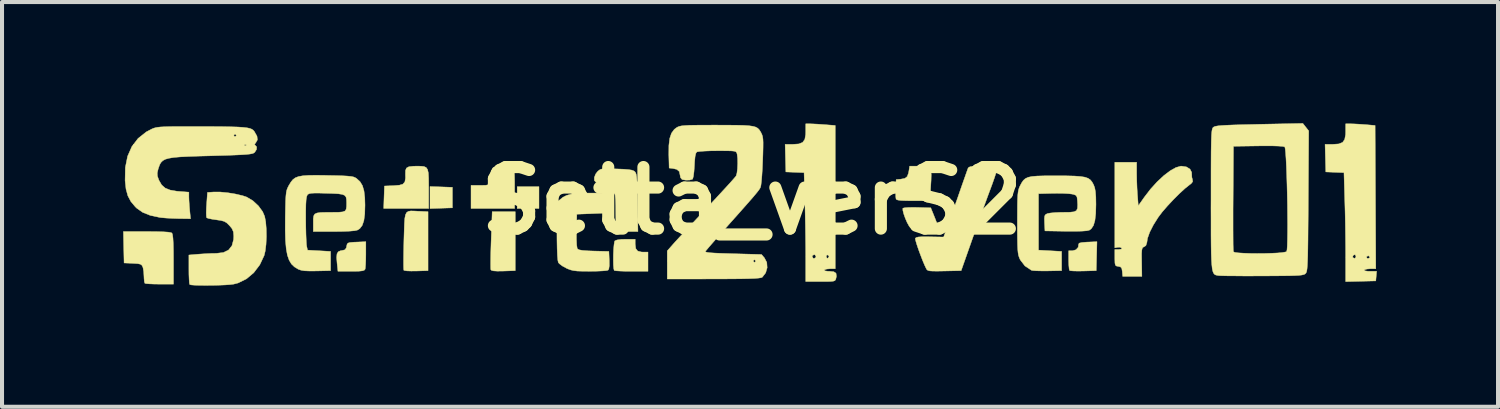
<source format=kicad_pcb>
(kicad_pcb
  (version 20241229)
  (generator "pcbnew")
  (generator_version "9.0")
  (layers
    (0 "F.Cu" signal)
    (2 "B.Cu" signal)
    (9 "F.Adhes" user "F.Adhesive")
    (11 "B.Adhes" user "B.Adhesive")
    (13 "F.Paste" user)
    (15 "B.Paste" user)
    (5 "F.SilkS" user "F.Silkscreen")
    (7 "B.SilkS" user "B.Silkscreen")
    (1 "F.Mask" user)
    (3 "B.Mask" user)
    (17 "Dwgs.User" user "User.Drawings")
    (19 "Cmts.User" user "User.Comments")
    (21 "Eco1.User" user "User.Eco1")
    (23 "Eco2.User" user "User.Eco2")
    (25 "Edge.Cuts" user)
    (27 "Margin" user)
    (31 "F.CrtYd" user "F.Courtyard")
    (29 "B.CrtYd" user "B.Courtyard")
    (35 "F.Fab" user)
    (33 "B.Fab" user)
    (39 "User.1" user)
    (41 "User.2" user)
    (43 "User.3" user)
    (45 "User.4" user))
  (footprint "Setta_verS2"
    (layer "F.Cu")
    (at 15.564 1.92)
    (property "Reference" "Setta_verS2" (at 0 0 0) (layer "F.SilkS") (effects (font (size 1.524 1.524) (thickness 0.3))))
    (attr through_hole)
    (fp_poly (pts (xy -5.271 0.191) (xy -5.81 0.191) (xy -5.81 -0.349) (xy -5.271 -0.349) (xy -5.271 0.191)) (stroke (width 0.01) (type solid)) (fill yes) (layer "F.SilkS"))
    (fp_poly (pts (xy -7.691 -0.343) (xy -7.414 -0.333) (xy -7.414 0.175) (xy -7.691 0.184) (xy -7.969 0.193) (xy -7.969 -0.352) (xy -7.691 -0.343)) (stroke (width 0.01) (type solid)) (fill yes) (layer "F.SilkS"))
    (fp_poly (pts (xy -5.858 1.73) (xy -6.152 1.74) (xy -6.301 1.742) (xy -6.396 1.736) (xy -6.447 1.723) (xy -6.463 1.706) (xy -6.466 1.663) (xy -6.467 1.567) (xy -6.466 1.426) (xy -6.463 1.252) (xy -6.457 1.053) (xy -6.454 0.967) (xy -6.429 0.27) (xy -5.858 0.27) (xy -5.858 1.73)) (stroke (width 0.01) (type solid)) (fill yes) (layer "F.SilkS"))
    (fp_poly (pts (xy 8.534 1.372) (xy 8.525 1.73) (xy 8.206 1.739) (xy 8.069 1.741) (xy 7.957 1.738) (xy 7.884 1.732) (xy 7.864 1.726) (xy 7.854 1.686) (xy 7.846 1.599) (xy 7.842 1.485) (xy 7.842 1.471) (xy 7.842 1.238) (xy 7.936 1.238) (xy 8.023 1.213) (xy 8.079 1.151) (xy 8.089 1.073) (xy 8.104 1.049) (xy 8.166 1.034) (xy 8.282 1.024) (xy 8.312 1.023) (xy 8.543 1.013) (xy 8.534 1.372)) (stroke (width 0.01) (type solid)) (fill yes) (layer "F.SilkS"))
    (fp_poly (pts (xy -8.198 -0.856) (xy -8.118 -0.848) (xy -8.063 -0.823) (xy -8.029 -0.773) (xy -8.01 -0.69) (xy -8.003 -0.563) (xy -8.001 -0.386) (xy -8.001 0.191) (xy -9.115 0.191) (xy -9.106 -0.087) (xy -9.096 -0.365) (xy -8.867 -0.374) (xy -8.726 -0.386) (xy -8.638 -0.414) (xy -8.591 -0.469) (xy -8.575 -0.562) (xy -8.577 -0.654) (xy -8.575 -0.751) (xy -8.55 -0.811) (xy -8.49 -0.843) (xy -8.383 -0.855) (xy -8.308 -0.857) (xy -8.198 -0.856)) (stroke (width 0.01) (type solid)) (fill yes) (layer "F.SilkS"))
    (fp_poly (pts (xy -8.361 0.254) (xy -8.251 0.26) (xy -8.238 0.26) (xy -8.017 0.27) (xy -8.017 1.73) (xy -8.308 1.739) (xy -8.438 1.74) (xy -8.542 1.736) (xy -8.605 1.726) (xy -8.617 1.72) (xy -8.621 1.681) (xy -8.623 1.588) (xy -8.623 1.45) (xy -8.621 1.278) (xy -8.617 1.081) (xy -8.615 0.987) (xy -8.608 0.751) (xy -8.602 0.571) (xy -8.593 0.439) (xy -8.576 0.349) (xy -8.549 0.293) (xy -8.506 0.263) (xy -8.445 0.252) (xy -8.361 0.254)) (stroke (width 0.01) (type solid)) (fill yes) (layer "F.SilkS"))
    (fp_poly (pts (xy -6.042 -0.856) (xy -5.952 -0.846) (xy -5.924 -0.838) (xy -5.905 -0.823) (xy -5.891 -0.787) (xy -5.882 -0.723) (xy -5.877 -0.62) (xy -5.874 -0.471) (xy -5.874 -0.314) (xy -5.874 0.191) (xy -6.953 0.191) (xy -6.953 -0.381) (xy -6.719 -0.381) (xy -6.587 -0.384) (xy -6.506 -0.4) (xy -6.464 -0.44) (xy -6.448 -0.516) (xy -6.445 -0.631) (xy -6.438 -0.729) (xy -6.418 -0.801) (xy -6.407 -0.819) (xy -6.357 -0.838) (xy -6.266 -0.851) (xy -6.153 -0.857) (xy -6.042 -0.856)) (stroke (width 0.01) (type solid)) (fill yes) (layer "F.SilkS"))
    (fp_poly (pts (xy 4.098 0.166) (xy 4.429 0.175) (xy 4.523 0.407) (xy 4.569 0.525) (xy 4.588 0.606) (xy 4.574 0.657) (xy 4.518 0.684) (xy 4.415 0.695) (xy 4.256 0.698) (xy 4.231 0.698) (xy 4.092 0.697) (xy 4.002 0.691) (xy 3.947 0.678) (xy 3.913 0.655) (xy 3.892 0.627) (xy 3.843 0.538) (xy 3.797 0.432) (xy 3.76 0.327) (xy 3.738 0.24) (xy 3.737 0.189) (xy 3.74 0.184) (xy 3.782 0.174) (xy 3.872 0.167) (xy 3.997 0.164) (xy 4.098 0.166)) (stroke (width 0.01) (type solid)) (fill yes) (layer "F.SilkS"))
    (fp_poly (pts (xy -2.889 1.073) (xy -2.875 1.183) (xy -2.827 1.245) (xy -2.733 1.269) (xy -2.692 1.27) (xy -2.572 1.27) (xy -2.572 1.746) (xy -2.979 1.746) (xy -3.134 1.745) (xy -3.265 1.74) (xy -3.36 1.734) (xy -3.406 1.726) (xy -3.408 1.725) (xy -3.42 1.681) (xy -3.428 1.59) (xy -3.43 1.469) (xy -3.429 1.334) (xy -3.423 1.202) (xy -3.413 1.09) (xy -3.401 1.013) (xy -3.391 0.991) (xy -3.338 0.97) (xy -3.237 0.956) (xy -3.121 0.953) (xy -2.889 0.953) (xy -2.889 1.073)) (stroke (width 0.01) (type solid)) (fill yes) (layer "F.SilkS"))
    (fp_poly (pts (xy 4.251 -0.855) (xy 4.341 -0.843) (xy 4.399 -0.81) (xy 4.43 -0.748) (xy 4.44 -0.647) (xy 4.436 -0.498) (xy 4.429 -0.387) (xy 4.406 0) (xy 3.996 0) (xy 3.817 -0.002) (xy 3.693 -0.007) (xy 3.616 -0.017) (xy 3.577 -0.032) (xy 3.569 -0.043) (xy 3.562 -0.095) (xy 3.56 -0.189) (xy 3.562 -0.305) (xy 3.572 -0.524) (xy 3.683 -0.534) (xy 3.786 -0.554) (xy 3.845 -0.599) (xy 3.877 -0.685) (xy 3.886 -0.731) (xy 3.906 -0.857) (xy 4.122 -0.857) (xy 4.251 -0.855)) (stroke (width 0.01) (type solid)) (fill yes) (layer "F.SilkS"))
    (fp_poly (pts (xy -9.557 1.33) (xy -9.559 1.47) (xy -9.564 1.589) (xy -9.571 1.671) (xy -9.576 1.696) (xy -9.596 1.719) (xy -9.64 1.734) (xy -9.722 1.743) (xy -9.85 1.746) (xy -9.922 1.746) (xy -10.248 1.746) (xy -10.269 1.547) (xy -10.28 1.405) (xy -10.271 1.313) (xy -10.239 1.261) (xy -10.18 1.236) (xy -10.149 1.232) (xy -10.076 1.214) (xy -10.042 1.167) (xy -10.033 1.127) (xy -10.022 1.078) (xy -10.001 1.049) (xy -9.954 1.034) (xy -9.867 1.026) (xy -9.787 1.023) (xy -9.557 1.013) (xy -9.557 1.33)) (stroke (width 0.01) (type solid)) (fill yes) (layer "F.SilkS"))
    (fp_poly (pts (xy -14.743 0.764) (xy -14.568 0.769) (xy -14.447 0.777) (xy -14.377 0.79) (xy -14.357 0.8) (xy -14.343 0.839) (xy -14.332 0.924) (xy -14.324 1.06) (xy -14.32 1.252) (xy -14.319 1.451) (xy -14.319 2.064) (xy -14.663 2.064) (xy -14.805 2.062) (xy -14.923 2.057) (xy -15.002 2.05) (xy -15.028 2.043) (xy -15.041 2.001) (xy -15.048 1.919) (xy -15.05 1.87) (xy -15.056 1.76) (xy -15.072 1.664) (xy -15.08 1.639) (xy -15.102 1.596) (xy -15.137 1.571) (xy -15.203 1.557) (xy -15.314 1.55) (xy -15.326 1.549) (xy -15.542 1.54) (xy -15.551 1.151) (xy -15.559 0.762) (xy -14.977 0.762) (xy -14.743 0.764)) (stroke (width 0.01) (type solid)) (fill yes) (layer "F.SilkS"))
    (fp_poly (pts (xy -3.515 -0.793) (xy -3.351 -0.788) (xy -3.347 -0.788) (xy -3.173 -0.781) (xy -3.052 -0.771) (xy -2.971 -0.758) (xy -2.921 -0.738) (xy -2.897 -0.72) (xy -2.879 -0.695) (xy -2.865 -0.657) (xy -2.854 -0.598) (xy -2.846 -0.508) (xy -2.84 -0.381) (xy -2.836 -0.207) (xy -2.832 0.022) (xy -2.832 0.049) (xy -2.821 0.762) (xy -3.365 0.762) (xy -3.369 0.325) (xy -3.371 0.119) (xy -3.376 -0.034) (xy -3.386 -0.14) (xy -3.407 -0.21) (xy -3.439 -0.251) (xy -3.488 -0.273) (xy -3.555 -0.285) (xy -3.593 -0.289) (xy -3.727 -0.309) (xy -3.805 -0.334) (xy -3.834 -0.368) (xy -3.83 -0.397) (xy -3.84 -0.443) (xy -3.86 -0.457) (xy -3.899 -0.501) (xy -3.901 -0.575) (xy -3.869 -0.66) (xy -3.824 -0.72) (xy -3.787 -0.753) (xy -3.751 -0.776) (xy -3.702 -0.789) (xy -3.627 -0.794) (xy -3.515 -0.793)) (stroke (width 0.01) (type solid)) (fill yes) (layer "F.SilkS"))
    (fp_poly (pts (xy -3.563 0.056) (xy -3.572 0.302) (xy -4.334 0.333) (xy -4.343 0.742) (xy -4.344 0.946) (xy -4.338 1.091) (xy -4.325 1.175) (xy -4.316 1.193) (xy -4.275 1.215) (xy -4.188 1.23) (xy -4.05 1.24) (xy -3.91 1.245) (xy -3.54 1.254) (xy -3.531 1.474) (xy -3.53 1.609) (xy -3.542 1.69) (xy -3.562 1.719) (xy -3.608 1.729) (xy -3.704 1.737) (xy -3.837 1.743) (xy -3.993 1.745) (xy -4.016 1.745) (xy -4.192 1.744) (xy -4.32 1.74) (xy -4.414 1.729) (xy -4.489 1.711) (xy -4.561 1.684) (xy -4.593 1.669) (xy -4.69 1.616) (xy -4.765 1.56) (xy -4.792 1.529) (xy -4.804 1.473) (xy -4.814 1.358) (xy -4.821 1.188) (xy -4.825 0.969) (xy -4.826 0.754) (xy -4.826 0.524) (xy -4.825 0.348) (xy -4.822 0.22) (xy -4.817 0.129) (xy -4.808 0.068) (xy -4.795 0.028) (xy -4.778 -0.000163) (xy -4.755 -0.024) (xy -4.754 -0.025) (xy -4.677 -0.087) (xy -4.589 -0.132) (xy -4.481 -0.163) (xy -4.34 -0.181) (xy -4.155 -0.189) (xy -4 -0.191) (xy -3.553 -0.191) (xy -3.563 0.056)) (stroke (width 0.01) (type solid)) (fill yes) (layer "F.SilkS"))
    (fp_poly (pts (xy 5.858 -0.855) (xy 5.975 -0.848) (xy 6.053 -0.838) (xy 6.078 -0.828) (xy 6.074 -0.791) (xy 6.049 -0.704) (xy 6.008 -0.578) (xy 5.954 -0.424) (xy 5.901 -0.281) (xy 5.831 -0.093) (xy 5.747 0.137) (xy 5.655 0.392) (xy 5.561 0.655) (xy 5.471 0.907) (xy 5.444 0.984) (xy 5.181 1.73) (xy 4.767 1.739) (xy 4.596 1.742) (xy 4.478 1.741) (xy 4.402 1.736) (xy 4.357 1.724) (xy 4.332 1.705) (xy 4.322 1.69) (xy 4.279 1.601) (xy 4.229 1.483) (xy 4.177 1.348) (xy 4.127 1.213) (xy 4.085 1.089) (xy 4.056 0.992) (xy 4.045 0.936) (xy 4.046 0.93) (xy 4.068 0.91) (xy 4.12 0.897) (xy 4.213 0.891) (xy 4.357 0.891) (xy 4.405 0.892) (xy 4.747 0.898) (xy 4.85 0.615) (xy 4.896 0.488) (xy 4.956 0.318) (xy 5.025 0.122) (xy 5.097 -0.081) (xy 5.14 -0.206) (xy 5.202 -0.384) (xy 5.258 -0.543) (xy 5.304 -0.673) (xy 5.336 -0.764) (xy 5.35 -0.802) (xy 5.368 -0.827) (xy 5.405 -0.843) (xy 5.472 -0.852) (xy 5.581 -0.856) (xy 5.717 -0.857) (xy 5.858 -0.855)) (stroke (width 0.01) (type solid)) (fill yes) (layer "F.SilkS"))
    (fp_poly (pts (xy 14.916 -1.902) (xy 15.045 -1.895) (xy 15.183 -1.885) (xy 15.187 -1.885) (xy 15.429 -1.864) (xy 15.446 1.683) (xy 15.313 1.683) (xy 15.226 1.69) (xy 15.169 1.707) (xy 15.161 1.714) (xy 15.176 1.734) (xy 15.247 1.745) (xy 15.304 1.746) (xy 15.466 1.746) (xy 15.456 1.865) (xy 15.446 1.984) (xy 15.073 1.993) (xy 14.7 2.002) (xy 14.7 1.395) (xy 14.873 1.395) (xy 14.881 1.408) (xy 14.927 1.428) (xy 14.953 1.395) (xy 15.214 1.395) (xy 15.23 1.424) (xy 15.256 1.429) (xy 15.295 1.413) (xy 15.297 1.395) (xy 15.265 1.362) (xy 15.256 1.36) (xy 15.219 1.385) (xy 15.214 1.395) (xy 14.953 1.395) (xy 14.953 1.394) (xy 14.954 1.381) (xy 14.938 1.339) (xy 14.924 1.333) (xy 14.883 1.355) (xy 14.873 1.395) (xy 14.7 1.395) (xy 14.7 1.371) (xy 14.699 1.134) (xy 14.696 0.856) (xy 14.692 0.561) (xy 14.686 0.272) (xy 14.679 0.022) (xy 14.658 -0.696) (xy 14.433 -0.705) (xy 14.208 -0.714) (xy 14.199 -1.056) (xy 14.19 -1.397) (xy 14.382 -1.397) (xy 14.528 -1.407) (xy 14.623 -1.445) (xy 14.676 -1.519) (xy 14.698 -1.64) (xy 14.7 -1.714) (xy 14.7 -1.905) (xy 14.822 -1.905) (xy 14.916 -1.902)) (stroke (width 0.01) (type solid)) (fill yes) (layer "F.SilkS"))
    (fp_poly (pts (xy -13.157 -0.216) (xy -12.967 -0.197) (xy -12.774 -0.165) (xy -12.602 -0.124) (xy -12.502 -0.089) (xy -12.353 0.000109) (xy -12.217 0.126) (xy -12.112 0.27) (xy -12.062 0.386) (xy -12.036 0.523) (xy -12.022 0.699) (xy -12.019 0.891) (xy -12.028 1.08) (xy -12.048 1.245) (xy -12.074 1.354) (xy -12.183 1.586) (xy -12.332 1.782) (xy -12.513 1.934) (xy -12.718 2.035) (xy -12.829 2.064) (xy -12.915 2.075) (xy -13.04 2.084) (xy -13.191 2.09) (xy -13.356 2.094) (xy -13.52 2.095) (xy -13.671 2.094) (xy -13.796 2.09) (xy -13.883 2.083) (xy -13.917 2.074) (xy -13.926 2.036) (xy -13.932 1.948) (xy -13.937 1.823) (xy -13.938 1.698) (xy -13.938 1.343) (xy -13.695 1.322) (xy -13.542 1.312) (xy -13.381 1.304) (xy -13.258 1.302) (xy -13.082 1.281) (xy -12.954 1.218) (xy -12.871 1.111) (xy -12.831 0.958) (xy -12.827 0.874) (xy -12.836 0.77) (xy -12.871 0.689) (xy -12.933 0.614) (xy -12.998 0.55) (xy -13.061 0.511) (xy -13.146 0.488) (xy -13.256 0.472) (xy -13.369 0.455) (xy -13.455 0.437) (xy -13.497 0.421) (xy -13.497 0.421) (xy -13.505 0.381) (xy -13.508 0.292) (xy -13.504 0.171) (xy -13.499 0.095) (xy -13.478 -0.206) (xy -13.319 -0.217) (xy -13.157 -0.216)) (stroke (width 0.01) (type solid)) (fill yes) (layer "F.SilkS"))
    (fp_poly (pts (xy 9.525 -0.675) (xy 9.528 -0.503) (xy 9.535 -0.313) (xy 9.545 -0.145) (xy 9.546 -0.136) (xy 9.566 0.124) (xy 9.716 -0.089) (xy 9.869 -0.288) (xy 10.032 -0.468) (xy 10.197 -0.622) (xy 10.355 -0.742) (xy 10.498 -0.823) (xy 10.619 -0.857) (xy 10.635 -0.857) (xy 10.759 -0.838) (xy 10.846 -0.784) (xy 10.887 -0.704) (xy 10.888 -0.671) (xy 10.892 -0.582) (xy 10.907 -0.526) (xy 10.913 -0.474) (xy 10.874 -0.424) (xy 10.84 -0.399) (xy 10.725 -0.307) (xy 10.585 -0.179) (xy 10.435 -0.029) (xy 10.288 0.128) (xy 10.158 0.278) (xy 10.061 0.406) (xy 9.94 0.598) (xy 9.849 0.777) (xy 9.794 0.931) (xy 9.779 1.033) (xy 9.754 1.11) (xy 9.712 1.138) (xy 9.682 1.153) (xy 9.663 1.179) (xy 9.653 1.228) (xy 9.648 1.311) (xy 9.649 1.441) (xy 9.65 1.518) (xy 9.655 1.873) (xy 9.18 1.873) (xy 9.17 1.754) (xy 9.157 1.674) (xy 9.125 1.637) (xy 9.073 1.625) (xy 9.025 1.616) (xy 8.999 1.594) (xy 8.988 1.543) (xy 8.985 1.448) (xy 8.985 1.411) (xy 8.985 1.206) (xy 9.082 1.206) (xy 9.149 1.197) (xy 9.158 1.172) (xy 9.114 1.15) (xy 9.061 1.151) (xy 8.985 1.166) (xy 8.985 -0.953) (xy 9.525 -0.953) (xy 9.525 -0.675)) (stroke (width 0.01) (type solid)) (fill yes) (layer "F.SilkS"))
    (fp_poly (pts (xy 1.437 -1.905) (xy 1.518 -1.902) (xy 1.638 -1.896) (xy 1.775 -1.886) (xy 1.802 -1.884) (xy 2.064 -1.864) (xy 2.064 1.683) (xy 1.939 1.683) (xy 1.854 1.69) (xy 1.8 1.708) (xy 1.794 1.714) (xy 1.809 1.735) (xy 1.878 1.745) (xy 1.92 1.746) (xy 2.028 1.757) (xy 2.083 1.795) (xy 2.093 1.869) (xy 2.082 1.921) (xy 2.072 1.955) (xy 2.053 1.978) (xy 2.014 1.991) (xy 1.945 1.998) (xy 1.832 2) (xy 1.698 2) (xy 1.333 2) (xy 1.333 1.389) (xy 1.333 1.381) (xy 1.492 1.381) (xy 1.518 1.423) (xy 1.54 1.429) (xy 1.582 1.403) (xy 1.587 1.381) (xy 1.841 1.381) (xy 1.858 1.421) (xy 1.876 1.423) (xy 1.908 1.39) (xy 1.91 1.381) (xy 1.885 1.344) (xy 1.876 1.34) (xy 1.847 1.355) (xy 1.841 1.381) (xy 1.587 1.381) (xy 1.562 1.339) (xy 1.54 1.333) (xy 1.498 1.359) (xy 1.492 1.381) (xy 1.333 1.381) (xy 1.332 1.162) (xy 1.329 0.892) (xy 1.325 0.604) (xy 1.319 0.317) (xy 1.313 0.055) (xy 1.313 0.041) (xy 1.292 -0.696) (xy 1.067 -0.705) (xy 0.841 -0.714) (xy 0.832 -1.056) (xy 0.823 -1.397) (xy 1.015 -1.397) (xy 1.161 -1.407) (xy 1.256 -1.445) (xy 1.31 -1.519) (xy 1.331 -1.64) (xy 1.333 -1.714) (xy 1.333 -1.905) (xy 1.437 -1.905)) (stroke (width 0.01) (type solid)) (fill yes) (layer "F.SilkS"))
    (fp_poly (pts (xy 7.541 -0.618) (xy 7.791 -0.617) (xy 7.986 -0.612) (xy 8.135 -0.601) (xy 8.244 -0.584) (xy 8.323 -0.556) (xy 8.38 -0.517) (xy 8.422 -0.465) (xy 8.459 -0.397) (xy 8.461 -0.393) (xy 8.488 -0.319) (xy 8.505 -0.225) (xy 8.515 -0.095) (xy 8.518 0.083) (xy 8.518 0.093) (xy 8.512 0.319) (xy 8.492 0.49) (xy 8.456 0.612) (xy 8.401 0.694) (xy 8.354 0.728) (xy 8.29 0.743) (xy 8.168 0.752) (xy 7.989 0.756) (xy 7.771 0.755) (xy 7.255 0.746) (xy 7.245 0.547) (xy 7.242 0.438) (xy 7.249 0.375) (xy 7.271 0.341) (xy 7.313 0.319) (xy 7.319 0.317) (xy 7.386 0.304) (xy 7.498 0.293) (xy 7.636 0.287) (xy 7.717 0.286) (xy 7.872 0.284) (xy 7.975 0.273) (xy 8.034 0.244) (xy 8.061 0.188) (xy 8.065 0.097) (xy 8.059 -0.001) (xy 8.049 -0.089) (xy 8.024 -0.133) (xy 7.967 -0.157) (xy 7.922 -0.166) (xy 7.838 -0.176) (xy 7.709 -0.183) (xy 7.557 -0.185) (xy 7.446 -0.184) (xy 7.096 -0.175) (xy 7.096 1.222) (xy 7.668 1.254) (xy 7.668 1.73) (xy 7.318 1.737) (xy 7.172 1.737) (xy 7.046 1.734) (xy 6.957 1.728) (xy 6.921 1.721) (xy 6.76 1.614) (xy 6.647 1.467) (xy 6.637 1.448) (xy 6.617 1.401) (xy 6.601 1.352) (xy 6.59 1.29) (xy 6.582 1.206) (xy 6.577 1.094) (xy 6.574 0.942) (xy 6.572 0.743) (xy 6.572 0.54) (xy 6.573 0.295) (xy 6.574 0.106) (xy 6.577 -0.038) (xy 6.583 -0.145) (xy 6.592 -0.223) (xy 6.604 -0.281) (xy 6.62 -0.328) (xy 6.636 -0.363) (xy 6.678 -0.443) (xy 6.72 -0.504) (xy 6.771 -0.549) (xy 6.839 -0.581) (xy 6.933 -0.601) (xy 7.062 -0.612) (xy 7.235 -0.617) (xy 7.46 -0.618) (xy 7.541 -0.618)) (stroke (width 0.01) (type solid)) (fill yes) (layer "F.SilkS"))
    (fp_poly (pts (xy -10.534 -0.628) (xy -10.517 -0.627) (xy -10.297 -0.623) (xy -10.13 -0.618) (xy -10.009 -0.611) (xy -9.923 -0.602) (xy -9.863 -0.59) (xy -9.821 -0.573) (xy -9.787 -0.552) (xy -9.701 -0.473) (xy -9.641 -0.374) (xy -9.603 -0.245) (xy -9.583 -0.074) (xy -9.578 0.108) (xy -9.584 0.327) (xy -9.606 0.491) (xy -9.646 0.609) (xy -9.706 0.688) (xy -9.766 0.726) (xy -9.832 0.741) (xy -9.954 0.752) (xy -10.123 0.759) (xy -10.331 0.762) (xy -10.352 0.762) (xy -10.858 0.762) (xy -10.858 0.543) (xy -10.858 0.444) (xy -10.848 0.374) (xy -10.821 0.329) (xy -10.766 0.303) (xy -10.675 0.29) (xy -10.536 0.287) (xy -10.394 0.286) (xy -10.238 0.285) (xy -10.135 0.276) (xy -10.074 0.254) (xy -10.044 0.21) (xy -10.034 0.138) (xy -10.033 0.053) (xy -10.036 -0.032) (xy -10.048 -0.092) (xy -10.08 -0.133) (xy -10.141 -0.158) (xy -10.239 -0.173) (xy -10.385 -0.181) (xy -10.529 -0.185) (xy -10.705 -0.19) (xy -10.829 -0.19) (xy -10.91 -0.186) (xy -10.961 -0.175) (xy -10.992 -0.158) (xy -11.007 -0.141) (xy -11.023 -0.1) (xy -11.035 -0.025) (xy -11.042 0.091) (xy -11.045 0.256) (xy -11.045 0.474) (xy -11.043 0.663) (xy -11.039 0.836) (xy -11.033 0.98) (xy -11.027 1.083) (xy -11.021 1.127) (xy -11.001 1.222) (xy -10.43 1.254) (xy -10.43 1.73) (xy -10.779 1.738) (xy -10.952 1.739) (xy -11.075 1.734) (xy -11.163 1.719) (xy -11.23 1.695) (xy -11.234 1.693) (xy -11.325 1.637) (xy -11.399 1.566) (xy -11.456 1.471) (xy -11.499 1.348) (xy -11.528 1.19) (xy -11.546 0.989) (xy -11.553 0.739) (xy -11.552 0.435) (xy -11.551 0.368) (xy -11.547 0.156) (xy -11.543 -0.003) (xy -11.536 -0.12) (xy -11.527 -0.204) (xy -11.513 -0.268) (xy -11.493 -0.32) (xy -11.467 -0.372) (xy -11.462 -0.381) (xy -11.413 -0.462) (xy -11.363 -0.524) (xy -11.302 -0.569) (xy -11.222 -0.6) (xy -11.113 -0.619) (xy -10.969 -0.629) (xy -10.778 -0.631) (xy -10.534 -0.628)) (stroke (width 0.01) (type solid)) (fill yes) (layer "F.SilkS"))
    (fp_poly (pts (xy -13.74 -1.838) (xy -13.7 -1.838) (xy -13.377 -1.837) (xy -13.111 -1.835) (xy -12.896 -1.831) (xy -12.726 -1.826) (xy -12.596 -1.817) (xy -12.499 -1.806) (xy -12.429 -1.791) (xy -12.379 -1.771) (xy -12.345 -1.747) (xy -12.319 -1.717) (xy -12.317 -1.714) (xy -12.252 -1.599) (xy -12.241 -1.509) (xy -12.278 -1.443) (xy -12.312 -1.396) (xy -12.295 -1.373) (xy -12.26 -1.334) (xy -12.264 -1.27) (xy -12.306 -1.203) (xy -12.315 -1.194) (xy -12.338 -1.179) (xy -12.375 -1.166) (xy -12.433 -1.156) (xy -12.518 -1.147) (xy -12.638 -1.139) (xy -12.797 -1.132) (xy -13.005 -1.124) (xy -13.266 -1.117) (xy -13.389 -1.113) (xy -13.7 -1.105) (xy -13.953 -1.096) (xy -14.156 -1.086) (xy -14.314 -1.072) (xy -14.434 -1.052) (xy -14.522 -1.027) (xy -14.585 -0.992) (xy -14.629 -0.948) (xy -14.661 -0.892) (xy -14.686 -0.823) (xy -14.701 -0.775) (xy -14.721 -0.686) (xy -14.717 -0.612) (xy -14.685 -0.521) (xy -14.675 -0.499) (xy -14.611 -0.39) (xy -14.524 -0.314) (xy -14.403 -0.265) (xy -14.235 -0.236) (xy -14.173 -0.231) (xy -13.938 -0.213) (xy -13.938 -0.099) (xy -13.935 -0.006) (xy -13.927 0.12) (xy -13.918 0.23) (xy -13.897 0.445) (xy -14.196 0.441) (xy -14.35 0.436) (xy -14.502 0.428) (xy -14.626 0.417) (xy -14.656 0.413) (xy -14.892 0.363) (xy -15.079 0.289) (xy -15.229 0.184) (xy -15.264 0.15) (xy -15.374 0.019) (xy -15.448 -0.121) (xy -15.494 -0.287) (xy -15.517 -0.496) (xy -15.517 -0.508) (xy -15.511 -0.824) (xy -15.455 -1.103) (xy -15.349 -1.343) (xy -15.316 -1.386) (xy -12.562 -1.386) (xy -12.558 -1.368) (xy -12.541 -1.365) (xy -12.515 -1.377) (xy -12.52 -1.386) (xy -12.558 -1.39) (xy -12.562 -1.386) (xy -15.316 -1.386) (xy -15.195 -1.544) (xy -15.1 -1.619) (xy -12.827 -1.619) (xy -12.803 -1.588) (xy -12.795 -1.587) (xy -12.764 -1.612) (xy -12.764 -1.619) (xy -12.788 -1.65) (xy -12.795 -1.651) (xy -12.826 -1.627) (xy -12.827 -1.619) (xy -15.1 -1.619) (xy -14.994 -1.704) (xy -14.857 -1.776) (xy -14.815 -1.794) (xy -14.769 -1.808) (xy -14.713 -1.819) (xy -14.639 -1.827) (xy -14.54 -1.832) (xy -14.407 -1.836) (xy -14.235 -1.838) (xy -14.015 -1.838) (xy -13.74 -1.838)) (stroke (width 0.01) (type solid)) (fill yes) (layer "F.SilkS"))
    (fp_poly (pts (xy 13.785 -1.731) (xy 13.774 0.006) (xy 13.772 0.384) (xy 13.769 0.703) (xy 13.767 0.969) (xy 13.764 1.187) (xy 13.761 1.361) (xy 13.756 1.498) (xy 13.751 1.601) (xy 13.745 1.677) (xy 13.738 1.73) (xy 13.729 1.765) (xy 13.718 1.787) (xy 13.707 1.801) (xy 13.687 1.817) (xy 13.657 1.829) (xy 13.61 1.839) (xy 13.54 1.847) (xy 13.44 1.852) (xy 13.302 1.856) (xy 13.121 1.858) (xy 12.888 1.86) (xy 12.643 1.861) (xy 12.393 1.862) (xy 12.159 1.862) (xy 11.952 1.86) (xy 11.778 1.859) (xy 11.647 1.856) (xy 11.567 1.853) (xy 11.549 1.851) (xy 11.511 1.845) (xy 11.478 1.836) (xy 11.451 1.82) (xy 11.429 1.791) (xy 11.411 1.746) (xy 11.396 1.678) (xy 11.386 1.583) (xy 11.378 1.457) (xy 11.372 1.294) (xy 11.369 1.09) (xy 11.367 0.839) (xy 11.367 0.537) (xy 11.367 0.479) (xy 11.912 0.479) (xy 11.912 0.714) (xy 11.913 0.916) (xy 11.914 1.078) (xy 11.917 1.193) (xy 11.92 1.254) (xy 11.921 1.262) (xy 11.957 1.278) (xy 12.045 1.29) (xy 12.174 1.298) (xy 12.33 1.304) (xy 12.503 1.306) (xy 12.682 1.305) (xy 12.853 1.3) (xy 13.007 1.293) (xy 13.13 1.282) (xy 13.211 1.268) (xy 13.238 1.256) (xy 13.248 1.213) (xy 13.255 1.115) (xy 13.259 0.971) (xy 13.262 0.789) (xy 13.263 0.578) (xy 13.261 0.345) (xy 13.259 0.099) (xy 13.254 -0.152) (xy 13.248 -0.398) (xy 13.241 -0.633) (xy 13.233 -0.847) (xy 13.224 -1.032) (xy 13.214 -1.181) (xy 13.204 -1.283) (xy 13.193 -1.332) (xy 13.191 -1.334) (xy 13.144 -1.346) (xy 13.039 -1.354) (xy 12.881 -1.359) (xy 12.676 -1.359) (xy 12.537 -1.358) (xy 11.922 -1.349) (xy 11.914 -0.064) (xy 11.912 0.217) (xy 11.912 0.479) (xy 11.367 0.479) (xy 11.366 0.179) (xy 11.367 -0.034) (xy 11.367 -0.411) (xy 11.367 -0.729) (xy 11.368 -0.995) (xy 11.369 -1.212) (xy 11.372 -1.385) (xy 11.375 -1.521) (xy 11.379 -1.624) (xy 11.385 -1.699) (xy 11.392 -1.75) (xy 11.401 -1.785) (xy 11.411 -1.806) (xy 11.423 -1.819) (xy 11.446 -1.833) (xy 11.484 -1.845) (xy 11.545 -1.855) (xy 11.634 -1.863) (xy 11.757 -1.87) (xy 11.922 -1.877) (xy 12.135 -1.883) (xy 12.401 -1.889) (xy 12.56 -1.893) (xy 13.64 -1.915) (xy 13.785 -1.731)) (stroke (width 0.01) (type solid)) (fill yes) (layer "F.SilkS"))
    (fp_poly (pts (xy -0.873 -1.873) (xy -0.595 -1.872) (xy -0.373 -1.87) (xy -0.2 -1.866) (xy -0.069 -1.857) (xy 0.028 -1.843) (xy 0.097 -1.823) (xy 0.146 -1.795) (xy 0.182 -1.758) (xy 0.213 -1.711) (xy 0.228 -1.683) (xy 0.249 -1.639) (xy 0.264 -1.591) (xy 0.274 -1.528) (xy 0.278 -1.44) (xy 0.277 -1.318) (xy 0.273 -1.15) (xy 0.267 -0.984) (xy 0.259 -0.794) (xy 0.248 -0.622) (xy 0.236 -0.48) (xy 0.224 -0.38) (xy 0.213 -0.333) (xy 0.197 -0.303) (xy 0.173 -0.267) (xy 0.139 -0.222) (xy 0.089 -0.161) (xy 0.02 -0.079) (xy -0.074 0.028) (xy -0.196 0.167) (xy -0.352 0.343) (xy -0.546 0.56) (xy -0.551 0.566) (xy -0.704 0.738) (xy -0.843 0.895) (xy -0.963 1.032) (xy -1.058 1.141) (xy -1.122 1.217) (xy -1.15 1.251) (xy -1.15 1.252) (xy -1.145 1.266) (xy -1.108 1.277) (xy -1.035 1.287) (xy -0.917 1.295) (xy -0.75 1.302) (xy -0.527 1.309) (xy -0.467 1.311) (xy 0.238 1.33) (xy 0.31 1.413) (xy 0.369 1.526) (xy 0.378 1.657) (xy 0.341 1.785) (xy 0.258 1.892) (xy 0.254 1.895) (xy 0.224 1.906) (xy 0.161 1.915) (xy 0.059 1.923) (xy -0.086 1.928) (xy -0.279 1.932) (xy -0.524 1.934) (xy -0.826 1.936) (xy -0.945 1.936) (xy -2.095 1.937) (xy -2.095 1.492) (xy 0.032 1.492) (xy 0.056 1.523) (xy 0.064 1.524) (xy 0.094 1.5) (xy 0.095 1.492) (xy 0.071 1.461) (xy 0.064 1.46) (xy 0.033 1.485) (xy 0.032 1.492) (xy -2.095 1.492) (xy -2.095 1.24) (xy -1.948 1.073) (xy -1.889 1.007) (xy -1.793 0.903) (xy -1.667 0.767) (xy -1.518 0.608) (xy -1.353 0.431) (xy -1.178 0.245) (xy -1.114 0.177) (xy -0.944 -0.004) (xy -0.787 -0.174) (xy -0.648 -0.324) (xy -0.533 -0.45) (xy -0.449 -0.545) (xy -0.399 -0.604) (xy -0.39 -0.616) (xy -0.37 -0.684) (xy -0.357 -0.793) (xy -0.351 -0.921) (xy -0.353 -1.047) (xy -0.365 -1.149) (xy -0.369 -1.167) (xy -0.379 -1.195) (xy -0.397 -1.214) (xy -0.434 -1.227) (xy -0.5 -1.234) (xy -0.605 -1.237) (xy -0.758 -1.238) (xy -0.853 -1.238) (xy -1.021 -1.236) (xy -1.169 -1.23) (xy -1.283 -1.222) (xy -1.352 -1.212) (xy -1.364 -1.208) (xy -1.388 -1.172) (xy -1.406 -1.093) (xy -1.418 -0.963) (xy -1.423 -0.867) (xy -1.433 -0.722) (xy -1.447 -0.61) (xy -1.464 -0.544) (xy -1.472 -0.532) (xy -1.539 -0.513) (xy -1.633 -0.51) (xy -1.72 -0.524) (xy -1.728 -0.527) (xy -1.766 -0.572) (xy -1.778 -0.635) (xy -1.797 -0.724) (xy -1.859 -0.777) (xy -1.953 -0.799) (xy -2.048 -0.81) (xy -2.057 -1.143) (xy -2.055 -1.37) (xy -2.034 -1.544) (xy -1.99 -1.673) (xy -1.922 -1.766) (xy -1.862 -1.812) (xy -1.828 -1.83) (xy -1.788 -1.844) (xy -1.734 -1.855) (xy -1.658 -1.862) (xy -1.552 -1.868) (xy -1.409 -1.871) (xy -1.221 -1.872) (xy -0.98 -1.873) (xy -0.873 -1.873)) (stroke (width 0.01) (type solid)) (fill yes) (layer "F.SilkS")))
  (gr_rect
    (start -3 -3)
    (end 34.036 7.02)
    (stroke (width 0.1) (type default))
    (fill no)
    (layer "Edge.Cuts")))
</source>
